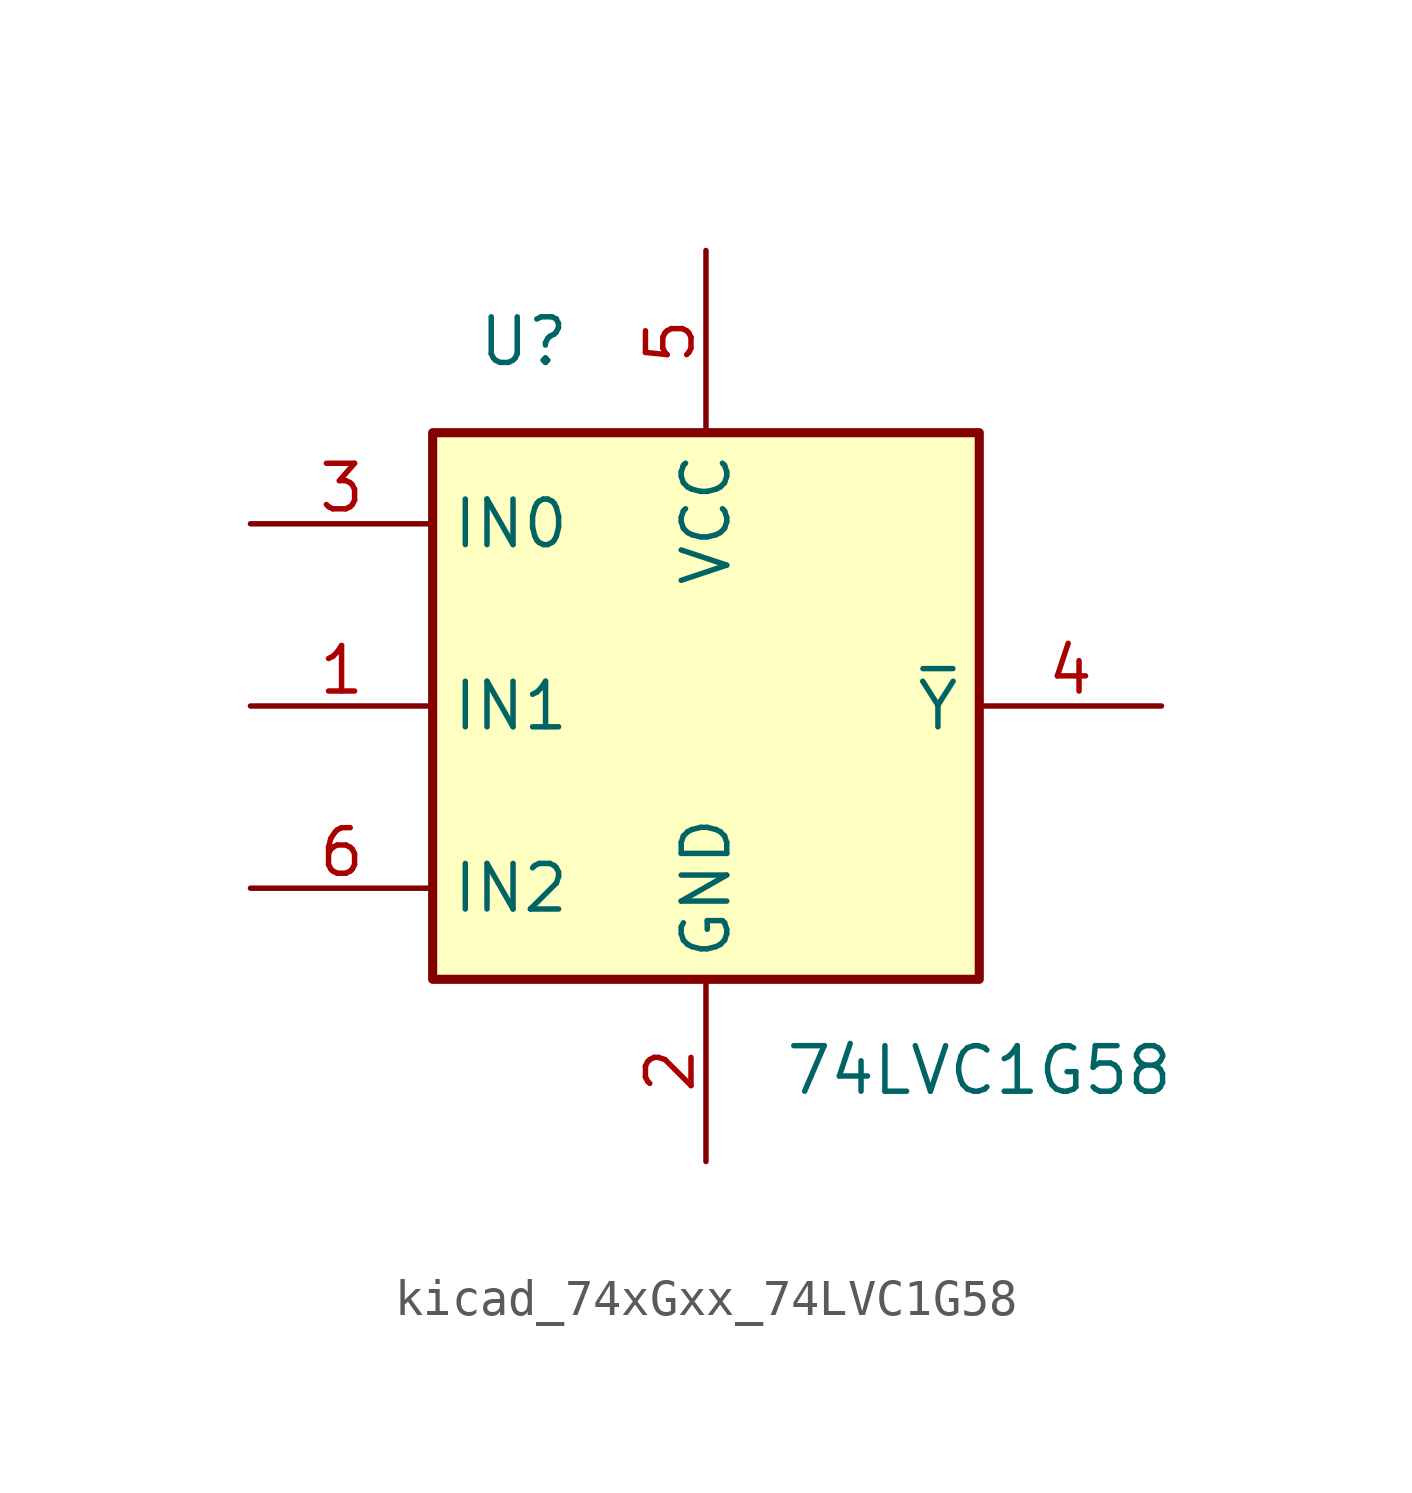
<source format=kicad_sym>
(kicad_symbol_lib
  (version 20220914)
  (generator kicad_symbol_editor)
  (symbol "kicad_74xGxx_74LVC1G58"
    (property "Reference" "U"
      (at -5.08 10.16 0)
      (effects (font (size 1.27 1.27))))
    (property "Value" "74LVC1G58"
      (at 7.62 -10.16 0)
      (effects (font (size 1.27 1.27))))
    (symbol "kicad_74xGxx_74LVC1G58_0_1"
      (rectangle (start -7.62 7.62) (end 7.62 -7.62) (stroke (width 0.254) (type default)) (fill (type background))))
    (symbol "kicad_74xGxx_74LVC1G58_1_1"
      (pin input line (at -12.7 0 0) (length 5.08) (name "IN1" (effects (font (size 1.27 1.27)))) (number "1" (effects (font (size 1.27 1.27)))))
      (pin power_in line (at 0 -12.7 90) (length 5.08) (name "GND" (effects (font (size 1.27 1.27)))) (number "2" (effects (font (size 1.27 1.27)))))
      (pin input line (at -12.7 5.08 0) (length 5.08) (name "IN0" (effects (font (size 1.27 1.27)))) (number "3" (effects (font (size 1.27 1.27)))))
      (pin output line (at 12.7 0 180) (length 5.08) (name "~{Y}" (effects (font (size 1.27 1.27)))) (number "4" (effects (font (size 1.27 1.27)))))
      (pin power_in line (at 0 12.7 270) (length 5.08) (name "VCC" (effects (font (size 1.27 1.27)))) (number "5" (effects (font (size 1.27 1.27)))))
      (pin input line (at -12.7 -5.08 0) (length 5.08) (name "IN2" (effects (font (size 1.27 1.27)))) (number "6" (effects (font (size 1.27 1.27))))))))
</source>
